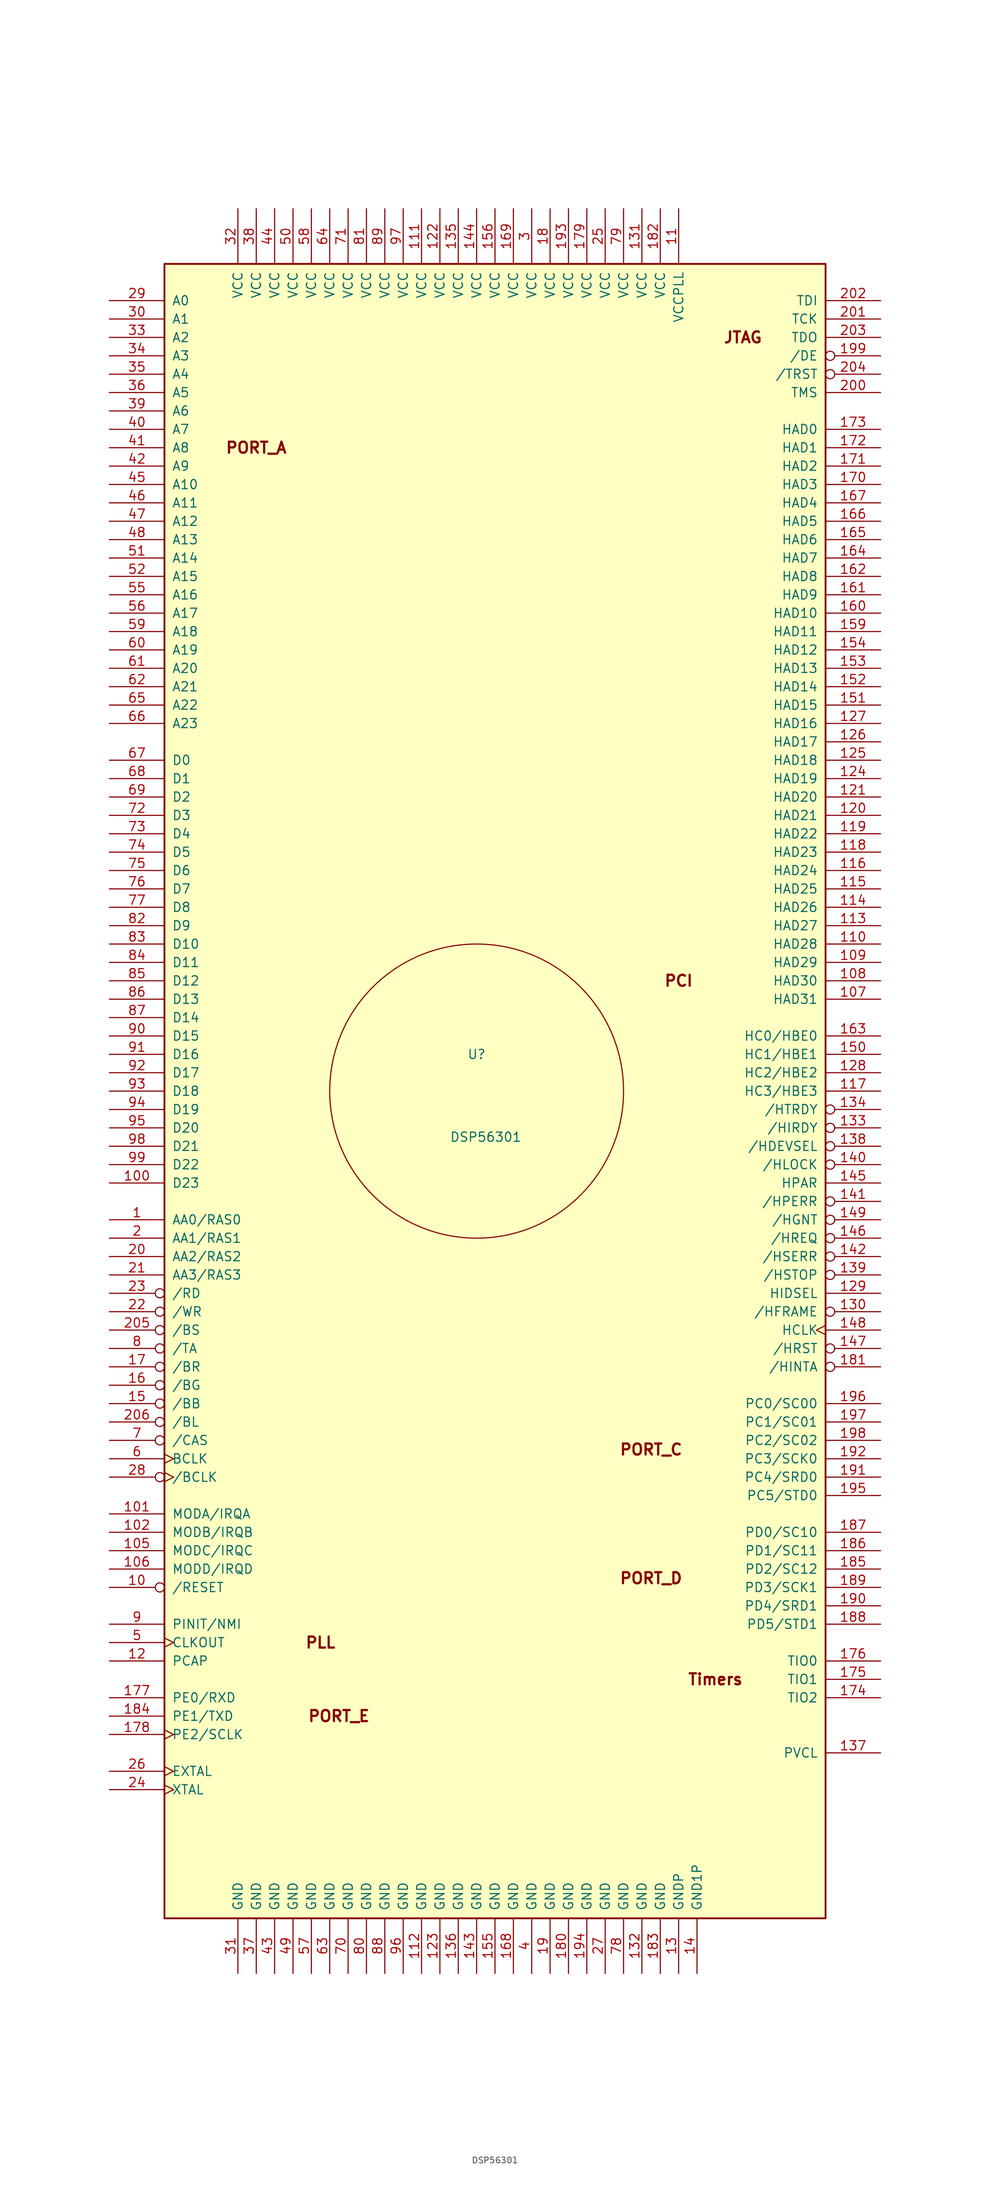
<source format=kicad_sym>
(kicad_symbol_lib
  (version 20231120)
  (generator "kicad_symbol_editor")
  (generator_version "8.0")
  (symbol "DSP56301"
    (pin_names
      (offset 1.016))
    (property "Reference" "U"
      (at 0 2.54 0)
      (effects (font (size 1.27 1.27))))
    (property "Value" "DSP56301"
      (at 1.27 -8.89 0)
      (effects (font (size 1.27 1.27))))
    (symbol "DSP56301_0_1"
      (rectangle (start -43.18 111.76) (end 48.26 -116.84) (stroke (width 0.254) (type default)) (fill (type background)))
      (circle (center 0 -2.54) (radius 20.32) (stroke (width 0) (type default)) (fill (type none)))
      (text "JTAG" (at 36.83 101.6 0) (effects (font (size 1.524 1.524) (bold yes))))
      (text "PCI" (at 27.94 12.7 0) (effects (font (size 1.524 1.524) (bold yes))))
      (text "PLL" (at -21.59 -78.74 0) (effects (font (size 1.524 1.524) (bold yes))))
      (text "PORT_A" (at -30.48 86.36 0) (effects (font (size 1.524 1.524) (bold yes))))
      (text "PORT_C" (at 24.13 -52.07 0) (effects (font (size 1.524 1.524) (bold yes))))
      (text "PORT_D" (at 24.13 -69.85 0) (effects (font (size 1.524 1.524) (bold yes))))
      (text "PORT_E" (at -19.05 -88.9 0) (effects (font (size 1.524 1.524) (bold yes))))
      (text "Timers" (at 33.02 -83.82 0) (effects (font (size 1.524 1.524) (bold yes)))))
    (symbol "DSP56301_1_1"
      (pin output line (at -50.8 -20.32 0) (length 7.62) (name "AA0/RAS0" (effects (font (size 1.27 1.27)))) (number "1" (effects (font (size 1.27 1.27)))))
      (pin input inverted (at -50.8 -71.12 0) (length 7.62) (name "/RESET" (effects (font (size 1.27 1.27)))) (number "10" (effects (font (size 1.27 1.27)))))
      (pin bidirectional line (at -50.8 -15.24 0) (length 7.62) (name "D23" (effects (font (size 1.27 1.27)))) (number "100" (effects (font (size 1.27 1.27)))))
      (pin input line (at -50.8 -60.96 0) (length 7.62) (name "MODA/IRQA" (effects (font (size 1.27 1.27)))) (number "101" (effects (font (size 1.27 1.27)))))
      (pin input line (at -50.8 -63.5 0) (length 7.62) (name "MODB/IRQB" (effects (font (size 1.27 1.27)))) (number "102" (effects (font (size 1.27 1.27)))))
      (pin input line (at -50.8 -66.04 0) (length 7.62) (name "MODC/IRQC" (effects (font (size 1.27 1.27)))) (number "105" (effects (font (size 1.27 1.27)))))
      (pin input line (at -50.8 -68.58 0) (length 7.62) (name "MODD/IRQD" (effects (font (size 1.27 1.27)))) (number "106" (effects (font (size 1.27 1.27)))))
      (pin bidirectional line (at 55.88 10.16 180) (length 7.62) (name "HAD31" (effects (font (size 1.27 1.27)))) (number "107" (effects (font (size 1.27 1.27)))))
      (pin bidirectional line (at 55.88 12.7 180) (length 7.62) (name "HAD30" (effects (font (size 1.27 1.27)))) (number "108" (effects (font (size 1.27 1.27)))))
      (pin bidirectional line (at 55.88 15.24 180) (length 7.62) (name "HAD29" (effects (font (size 1.27 1.27)))) (number "109" (effects (font (size 1.27 1.27)))))
      (pin power_in line (at 27.94 119.38 270) (length 7.62) (name "VCCPLL" (effects (font (size 1.27 1.27)))) (number "11" (effects (font (size 1.27 1.27)))))
      (pin bidirectional line (at 55.88 17.78 180) (length 7.62) (name "HAD28" (effects (font (size 1.27 1.27)))) (number "110" (effects (font (size 1.27 1.27)))))
      (pin power_in line (at -7.62 119.38 270) (length 7.62) (name "VCC" (effects (font (size 1.27 1.27)))) (number "111" (effects (font (size 1.27 1.27)))))
      (pin power_in line (at -7.62 -124.46 90) (length 7.62) (name "GND" (effects (font (size 1.27 1.27)))) (number "112" (effects (font (size 1.27 1.27)))))
      (pin bidirectional line (at 55.88 20.32 180) (length 7.62) (name "HAD27" (effects (font (size 1.27 1.27)))) (number "113" (effects (font (size 1.27 1.27)))))
      (pin bidirectional line (at 55.88 22.86 180) (length 7.62) (name "HAD26" (effects (font (size 1.27 1.27)))) (number "114" (effects (font (size 1.27 1.27)))))
      (pin bidirectional line (at 55.88 25.4 180) (length 7.62) (name "HAD25" (effects (font (size 1.27 1.27)))) (number "115" (effects (font (size 1.27 1.27)))))
      (pin bidirectional line (at 55.88 27.94 180) (length 7.62) (name "HAD24" (effects (font (size 1.27 1.27)))) (number "116" (effects (font (size 1.27 1.27)))))
      (pin bidirectional line (at 55.88 -2.54 180) (length 7.62) (name "HC3/HBE3" (effects (font (size 1.27 1.27)))) (number "117" (effects (font (size 1.27 1.27)))))
      (pin bidirectional line (at 55.88 30.48 180) (length 7.62) (name "HAD23" (effects (font (size 1.27 1.27)))) (number "118" (effects (font (size 1.27 1.27)))))
      (pin bidirectional line (at 55.88 33.02 180) (length 7.62) (name "HAD22" (effects (font (size 1.27 1.27)))) (number "119" (effects (font (size 1.27 1.27)))))
      (pin input line (at -50.8 -81.28 0) (length 7.62) (name "PCAP" (effects (font (size 1.27 1.27)))) (number "12" (effects (font (size 1.27 1.27)))))
      (pin bidirectional line (at 55.88 35.56 180) (length 7.62) (name "HAD21" (effects (font (size 1.27 1.27)))) (number "120" (effects (font (size 1.27 1.27)))))
      (pin bidirectional line (at 55.88 38.1 180) (length 7.62) (name "HAD20" (effects (font (size 1.27 1.27)))) (number "121" (effects (font (size 1.27 1.27)))))
      (pin power_in line (at -5.08 119.38 270) (length 7.62) (name "VCC" (effects (font (size 1.27 1.27)))) (number "122" (effects (font (size 1.27 1.27)))))
      (pin power_in line (at -5.08 -124.46 90) (length 7.62) (name "GND" (effects (font (size 1.27 1.27)))) (number "123" (effects (font (size 1.27 1.27)))))
      (pin bidirectional line (at 55.88 40.64 180) (length 7.62) (name "HAD19" (effects (font (size 1.27 1.27)))) (number "124" (effects (font (size 1.27 1.27)))))
      (pin bidirectional line (at 55.88 43.18 180) (length 7.62) (name "HAD18" (effects (font (size 1.27 1.27)))) (number "125" (effects (font (size 1.27 1.27)))))
      (pin bidirectional line (at 55.88 45.72 180) (length 7.62) (name "HAD17" (effects (font (size 1.27 1.27)))) (number "126" (effects (font (size 1.27 1.27)))))
      (pin bidirectional line (at 55.88 48.26 180) (length 7.62) (name "HAD16" (effects (font (size 1.27 1.27)))) (number "127" (effects (font (size 1.27 1.27)))))
      (pin bidirectional line (at 55.88 0 180) (length 7.62) (name "HC2/HBE2" (effects (font (size 1.27 1.27)))) (number "128" (effects (font (size 1.27 1.27)))))
      (pin input line (at 55.88 -30.48 180) (length 7.62) (name "HIDSEL" (effects (font (size 1.27 1.27)))) (number "129" (effects (font (size 1.27 1.27)))))
      (pin power_in line (at 27.94 -124.46 90) (length 7.62) (name "GNDP" (effects (font (size 1.27 1.27)))) (number "13" (effects (font (size 1.27 1.27)))))
      (pin bidirectional inverted (at 55.88 -33.02 180) (length 7.62) (name "/HFRAME" (effects (font (size 1.27 1.27)))) (number "130" (effects (font (size 1.27 1.27)))))
      (pin power_in line (at 22.86 119.38 270) (length 7.62) (name "VCC" (effects (font (size 1.27 1.27)))) (number "131" (effects (font (size 1.27 1.27)))))
      (pin power_in line (at 22.86 -124.46 90) (length 7.62) (name "GND" (effects (font (size 1.27 1.27)))) (number "132" (effects (font (size 1.27 1.27)))))
      (pin bidirectional inverted (at 55.88 -7.62 180) (length 7.62) (name "/HIRDY" (effects (font (size 1.27 1.27)))) (number "133" (effects (font (size 1.27 1.27)))))
      (pin bidirectional inverted (at 55.88 -5.08 180) (length 7.62) (name "/HTRDY" (effects (font (size 1.27 1.27)))) (number "134" (effects (font (size 1.27 1.27)))))
      (pin power_in line (at -2.54 119.38 270) (length 7.62) (name "VCC" (effects (font (size 1.27 1.27)))) (number "135" (effects (font (size 1.27 1.27)))))
      (pin power_in line (at -2.54 -124.46 90) (length 7.62) (name "GND" (effects (font (size 1.27 1.27)))) (number "136" (effects (font (size 1.27 1.27)))))
      (pin input line (at 55.88 -93.98 180) (length 7.62) (name "PVCL" (effects (font (size 1.27 1.27)))) (number "137" (effects (font (size 1.27 1.27)))))
      (pin bidirectional inverted (at 55.88 -10.16 180) (length 7.62) (name "/HDEVSEL" (effects (font (size 1.27 1.27)))) (number "138" (effects (font (size 1.27 1.27)))))
      (pin bidirectional inverted (at 55.88 -27.94 180) (length 7.62) (name "/HSTOP" (effects (font (size 1.27 1.27)))) (number "139" (effects (font (size 1.27 1.27)))))
      (pin power_in line (at 30.48 -124.46 90) (length 7.62) (name "GND1P" (effects (font (size 1.27 1.27)))) (number "14" (effects (font (size 1.27 1.27)))))
      (pin bidirectional inverted (at 55.88 -12.7 180) (length 7.62) (name "/HLOCK" (effects (font (size 1.27 1.27)))) (number "140" (effects (font (size 1.27 1.27)))))
      (pin bidirectional inverted (at 55.88 -17.78 180) (length 7.62) (name "/HPERR" (effects (font (size 1.27 1.27)))) (number "141" (effects (font (size 1.27 1.27)))))
      (pin output inverted (at 55.88 -25.4 180) (length 7.62) (name "/HSERR" (effects (font (size 1.27 1.27)))) (number "142" (effects (font (size 1.27 1.27)))))
      (pin power_in line (at 0 -124.46 90) (length 7.62) (name "GND" (effects (font (size 1.27 1.27)))) (number "143" (effects (font (size 1.27 1.27)))))
      (pin power_in line (at 0 119.38 270) (length 7.62) (name "VCC" (effects (font (size 1.27 1.27)))) (number "144" (effects (font (size 1.27 1.27)))))
      (pin bidirectional line (at 55.88 -15.24 180) (length 7.62) (name "HPAR" (effects (font (size 1.27 1.27)))) (number "145" (effects (font (size 1.27 1.27)))))
      (pin output inverted (at 55.88 -22.86 180) (length 7.62) (name "/HREQ" (effects (font (size 1.27 1.27)))) (number "146" (effects (font (size 1.27 1.27)))))
      (pin input inverted (at 55.88 -38.1 180) (length 7.62) (name "/HRST" (effects (font (size 1.27 1.27)))) (number "147" (effects (font (size 1.27 1.27)))))
      (pin input clock (at 55.88 -35.56 180) (length 7.62) (name "HCLK" (effects (font (size 1.27 1.27)))) (number "148" (effects (font (size 1.27 1.27)))))
      (pin input inverted (at 55.88 -20.32 180) (length 7.62) (name "/HGNT" (effects (font (size 1.27 1.27)))) (number "149" (effects (font (size 1.27 1.27)))))
      (pin bidirectional inverted (at -50.8 -45.72 0) (length 7.62) (name "/BB" (effects (font (size 1.27 1.27)))) (number "15" (effects (font (size 1.27 1.27)))))
      (pin bidirectional line (at 55.88 2.54 180) (length 7.62) (name "HC1/HBE1" (effects (font (size 1.27 1.27)))) (number "150" (effects (font (size 1.27 1.27)))))
      (pin bidirectional line (at 55.88 50.8 180) (length 7.62) (name "HAD15" (effects (font (size 1.27 1.27)))) (number "151" (effects (font (size 1.27 1.27)))))
      (pin bidirectional line (at 55.88 53.34 180) (length 7.62) (name "HAD14" (effects (font (size 1.27 1.27)))) (number "152" (effects (font (size 1.27 1.27)))))
      (pin bidirectional line (at 55.88 55.88 180) (length 7.62) (name "HAD13" (effects (font (size 1.27 1.27)))) (number "153" (effects (font (size 1.27 1.27)))))
      (pin bidirectional line (at 55.88 58.42 180) (length 7.62) (name "HAD12" (effects (font (size 1.27 1.27)))) (number "154" (effects (font (size 1.27 1.27)))))
      (pin power_in line (at 2.54 -124.46 90) (length 7.62) (name "GND" (effects (font (size 1.27 1.27)))) (number "155" (effects (font (size 1.27 1.27)))))
      (pin power_in line (at 2.54 119.38 270) (length 7.62) (name "VCC" (effects (font (size 1.27 1.27)))) (number "156" (effects (font (size 1.27 1.27)))))
      (pin bidirectional line (at 55.88 60.96 180) (length 7.62) (name "HAD11" (effects (font (size 1.27 1.27)))) (number "159" (effects (font (size 1.27 1.27)))))
      (pin input inverted (at -50.8 -43.18 0) (length 7.62) (name "/BG" (effects (font (size 1.27 1.27)))) (number "16" (effects (font (size 1.27 1.27)))))
      (pin bidirectional line (at 55.88 63.5 180) (length 7.62) (name "HAD10" (effects (font (size 1.27 1.27)))) (number "160" (effects (font (size 1.27 1.27)))))
      (pin bidirectional line (at 55.88 66.04 180) (length 7.62) (name "HAD9" (effects (font (size 1.27 1.27)))) (number "161" (effects (font (size 1.27 1.27)))))
      (pin bidirectional line (at 55.88 68.58 180) (length 7.62) (name "HAD8" (effects (font (size 1.27 1.27)))) (number "162" (effects (font (size 1.27 1.27)))))
      (pin bidirectional line (at 55.88 5.08 180) (length 7.62) (name "HC0/HBE0" (effects (font (size 1.27 1.27)))) (number "163" (effects (font (size 1.27 1.27)))))
      (pin bidirectional line (at 55.88 71.12 180) (length 7.62) (name "HAD7" (effects (font (size 1.27 1.27)))) (number "164" (effects (font (size 1.27 1.27)))))
      (pin bidirectional line (at 55.88 73.66 180) (length 7.62) (name "HAD6" (effects (font (size 1.27 1.27)))) (number "165" (effects (font (size 1.27 1.27)))))
      (pin bidirectional line (at 55.88 76.2 180) (length 7.62) (name "HAD5" (effects (font (size 1.27 1.27)))) (number "166" (effects (font (size 1.27 1.27)))))
      (pin bidirectional line (at 55.88 78.74 180) (length 7.62) (name "HAD4" (effects (font (size 1.27 1.27)))) (number "167" (effects (font (size 1.27 1.27)))))
      (pin power_in line (at 5.08 -124.46 90) (length 7.62) (name "GND" (effects (font (size 1.27 1.27)))) (number "168" (effects (font (size 1.27 1.27)))))
      (pin power_in line (at 5.08 119.38 270) (length 7.62) (name "VCC" (effects (font (size 1.27 1.27)))) (number "169" (effects (font (size 1.27 1.27)))))
      (pin output inverted (at -50.8 -40.64 0) (length 7.62) (name "/BR" (effects (font (size 1.27 1.27)))) (number "17" (effects (font (size 1.27 1.27)))))
      (pin bidirectional line (at 55.88 81.28 180) (length 7.62) (name "HAD3" (effects (font (size 1.27 1.27)))) (number "170" (effects (font (size 1.27 1.27)))))
      (pin bidirectional line (at 55.88 83.82 180) (length 7.62) (name "HAD2" (effects (font (size 1.27 1.27)))) (number "171" (effects (font (size 1.27 1.27)))))
      (pin bidirectional line (at 55.88 86.36 180) (length 7.62) (name "HAD1" (effects (font (size 1.27 1.27)))) (number "172" (effects (font (size 1.27 1.27)))))
      (pin bidirectional line (at 55.88 88.9 180) (length 7.62) (name "HAD0" (effects (font (size 1.27 1.27)))) (number "173" (effects (font (size 1.27 1.27)))))
      (pin bidirectional line (at 55.88 -86.36 180) (length 7.62) (name "TIO2" (effects (font (size 1.27 1.27)))) (number "174" (effects (font (size 1.27 1.27)))))
      (pin bidirectional line (at 55.88 -83.82 180) (length 7.62) (name "TIO1" (effects (font (size 1.27 1.27)))) (number "175" (effects (font (size 1.27 1.27)))))
      (pin bidirectional line (at 55.88 -81.28 180) (length 7.62) (name "TIO0" (effects (font (size 1.27 1.27)))) (number "176" (effects (font (size 1.27 1.27)))))
      (pin bidirectional line (at -50.8 -86.36 0) (length 7.62) (name "PE0/RXD" (effects (font (size 1.27 1.27)))) (number "177" (effects (font (size 1.27 1.27)))))
      (pin bidirectional clock (at -50.8 -91.44 0) (length 7.62) (name "PE2/SCLK" (effects (font (size 1.27 1.27)))) (number "178" (effects (font (size 1.27 1.27)))))
      (pin power_in line (at 15.24 119.38 270) (length 7.62) (name "VCC" (effects (font (size 1.27 1.27)))) (number "179" (effects (font (size 1.27 1.27)))))
      (pin power_in line (at 10.16 119.38 270) (length 7.62) (name "VCC" (effects (font (size 1.27 1.27)))) (number "18" (effects (font (size 1.27 1.27)))))
      (pin power_in line (at 12.7 -124.46 90) (length 7.62) (name "GND" (effects (font (size 1.27 1.27)))) (number "180" (effects (font (size 1.27 1.27)))))
      (pin output inverted (at 55.88 -40.64 180) (length 7.62) (name "/HINTA" (effects (font (size 1.27 1.27)))) (number "181" (effects (font (size 1.27 1.27)))))
      (pin power_in line (at 25.4 119.38 270) (length 7.62) (name "VCC" (effects (font (size 1.27 1.27)))) (number "182" (effects (font (size 1.27 1.27)))))
      (pin power_in line (at 25.4 -124.46 90) (length 7.62) (name "GND" (effects (font (size 1.27 1.27)))) (number "183" (effects (font (size 1.27 1.27)))))
      (pin bidirectional line (at -50.8 -88.9 0) (length 7.62) (name "PE1/TXD" (effects (font (size 1.27 1.27)))) (number "184" (effects (font (size 1.27 1.27)))))
      (pin bidirectional line (at 55.88 -68.58 180) (length 7.62) (name "PD2/SC12" (effects (font (size 1.27 1.27)))) (number "185" (effects (font (size 1.27 1.27)))))
      (pin bidirectional line (at 55.88 -66.04 180) (length 7.62) (name "PD1/SC11" (effects (font (size 1.27 1.27)))) (number "186" (effects (font (size 1.27 1.27)))))
      (pin bidirectional line (at 55.88 -63.5 180) (length 7.62) (name "PD0/SC10" (effects (font (size 1.27 1.27)))) (number "187" (effects (font (size 1.27 1.27)))))
      (pin bidirectional line (at 55.88 -76.2 180) (length 7.62) (name "PD5/STD1" (effects (font (size 1.27 1.27)))) (number "188" (effects (font (size 1.27 1.27)))))
      (pin bidirectional line (at 55.88 -71.12 180) (length 7.62) (name "PD3/SCK1" (effects (font (size 1.27 1.27)))) (number "189" (effects (font (size 1.27 1.27)))))
      (pin power_in line (at 10.16 -124.46 90) (length 7.62) (name "GND" (effects (font (size 1.27 1.27)))) (number "19" (effects (font (size 1.27 1.27)))))
      (pin bidirectional line (at 55.88 -73.66 180) (length 7.62) (name "PD4/SRD1" (effects (font (size 1.27 1.27)))) (number "190" (effects (font (size 1.27 1.27)))))
      (pin bidirectional line (at 55.88 -55.88 180) (length 7.62) (name "PC4/SRD0" (effects (font (size 1.27 1.27)))) (number "191" (effects (font (size 1.27 1.27)))))
      (pin bidirectional line (at 55.88 -53.34 180) (length 7.62) (name "PC3/SCK0" (effects (font (size 1.27 1.27)))) (number "192" (effects (font (size 1.27 1.27)))))
      (pin power_in line (at 12.7 119.38 270) (length 7.62) (name "VCC" (effects (font (size 1.27 1.27)))) (number "193" (effects (font (size 1.27 1.27)))))
      (pin power_in line (at 15.24 -124.46 90) (length 7.62) (name "GND" (effects (font (size 1.27 1.27)))) (number "194" (effects (font (size 1.27 1.27)))))
      (pin bidirectional line (at 55.88 -58.42 180) (length 7.62) (name "PC5/STD0" (effects (font (size 1.27 1.27)))) (number "195" (effects (font (size 1.27 1.27)))))
      (pin bidirectional line (at 55.88 -45.72 180) (length 7.62) (name "PC0/SC00" (effects (font (size 1.27 1.27)))) (number "196" (effects (font (size 1.27 1.27)))))
      (pin bidirectional line (at 55.88 -48.26 180) (length 7.62) (name "PC1/SC01" (effects (font (size 1.27 1.27)))) (number "197" (effects (font (size 1.27 1.27)))))
      (pin bidirectional line (at 55.88 -50.8 180) (length 7.62) (name "PC2/SC02" (effects (font (size 1.27 1.27)))) (number "198" (effects (font (size 1.27 1.27)))))
      (pin output inverted (at 55.88 99.06 180) (length 7.62) (name "/DE" (effects (font (size 1.27 1.27)))) (number "199" (effects (font (size 1.27 1.27)))))
      (pin output line (at -50.8 -22.86 0) (length 7.62) (name "AA1/RAS1" (effects (font (size 1.27 1.27)))) (number "2" (effects (font (size 1.27 1.27)))))
      (pin output line (at -50.8 -25.4 0) (length 7.62) (name "AA2/RAS2" (effects (font (size 1.27 1.27)))) (number "20" (effects (font (size 1.27 1.27)))))
      (pin input line (at 55.88 93.98 180) (length 7.62) (name "TMS" (effects (font (size 1.27 1.27)))) (number "200" (effects (font (size 1.27 1.27)))))
      (pin input line (at 55.88 104.14 180) (length 7.62) (name "TCK" (effects (font (size 1.27 1.27)))) (number "201" (effects (font (size 1.27 1.27)))))
      (pin input line (at 55.88 106.68 180) (length 7.62) (name "TDI" (effects (font (size 1.27 1.27)))) (number "202" (effects (font (size 1.27 1.27)))))
      (pin output line (at 55.88 101.6 180) (length 7.62) (name "TDO" (effects (font (size 1.27 1.27)))) (number "203" (effects (font (size 1.27 1.27)))))
      (pin input inverted (at 55.88 96.52 180) (length 7.62) (name "/TRST" (effects (font (size 1.27 1.27)))) (number "204" (effects (font (size 1.27 1.27)))))
      (pin output inverted (at -50.8 -35.56 0) (length 7.62) (name "/BS" (effects (font (size 1.27 1.27)))) (number "205" (effects (font (size 1.27 1.27)))))
      (pin output inverted (at -50.8 -48.26 0) (length 7.62) (name "/BL" (effects (font (size 1.27 1.27)))) (number "206" (effects (font (size 1.27 1.27)))))
      (pin output line (at -50.8 -27.94 0) (length 7.62) (name "AA3/RAS3" (effects (font (size 1.27 1.27)))) (number "21" (effects (font (size 1.27 1.27)))))
      (pin output inverted (at -50.8 -33.02 0) (length 7.62) (name "/WR" (effects (font (size 1.27 1.27)))) (number "22" (effects (font (size 1.27 1.27)))))
      (pin output inverted (at -50.8 -30.48 0) (length 7.62) (name "/RD" (effects (font (size 1.27 1.27)))) (number "23" (effects (font (size 1.27 1.27)))))
      (pin output clock (at -50.8 -99.06 0) (length 7.62) (name "XTAL" (effects (font (size 1.27 1.27)))) (number "24" (effects (font (size 1.27 1.27)))))
      (pin power_in line (at 17.78 119.38 270) (length 7.62) (name "VCC" (effects (font (size 1.27 1.27)))) (number "25" (effects (font (size 1.27 1.27)))))
      (pin input clock (at -50.8 -96.52 0) (length 7.62) (name "EXTAL" (effects (font (size 1.27 1.27)))) (number "26" (effects (font (size 1.27 1.27)))))
      (pin power_in line (at 17.78 -124.46 90) (length 7.62) (name "GND" (effects (font (size 1.27 1.27)))) (number "27" (effects (font (size 1.27 1.27)))))
      (pin output inverted_clock (at -50.8 -55.88 0) (length 7.62) (name "/BCLK" (effects (font (size 1.27 1.27)))) (number "28" (effects (font (size 1.27 1.27)))))
      (pin output line (at -50.8 106.68 0) (length 7.62) (name "A0" (effects (font (size 1.27 1.27)))) (number "29" (effects (font (size 1.27 1.27)))))
      (pin power_in line (at 7.62 119.38 270) (length 7.62) (name "VCC" (effects (font (size 1.27 1.27)))) (number "3" (effects (font (size 1.27 1.27)))))
      (pin output line (at -50.8 104.14 0) (length 7.62) (name "A1" (effects (font (size 1.27 1.27)))) (number "30" (effects (font (size 1.27 1.27)))))
      (pin power_in line (at -33.02 -124.46 90) (length 7.62) (name "GND" (effects (font (size 1.27 1.27)))) (number "31" (effects (font (size 1.27 1.27)))))
      (pin power_in line (at -33.02 119.38 270) (length 7.62) (name "VCC" (effects (font (size 1.27 1.27)))) (number "32" (effects (font (size 1.27 1.27)))))
      (pin output line (at -50.8 101.6 0) (length 7.62) (name "A2" (effects (font (size 1.27 1.27)))) (number "33" (effects (font (size 1.27 1.27)))))
      (pin output line (at -50.8 99.06 0) (length 7.62) (name "A3" (effects (font (size 1.27 1.27)))) (number "34" (effects (font (size 1.27 1.27)))))
      (pin output line (at -50.8 96.52 0) (length 7.62) (name "A4" (effects (font (size 1.27 1.27)))) (number "35" (effects (font (size 1.27 1.27)))))
      (pin output line (at -50.8 93.98 0) (length 7.62) (name "A5" (effects (font (size 1.27 1.27)))) (number "36" (effects (font (size 1.27 1.27)))))
      (pin power_in line (at -30.48 -124.46 90) (length 7.62) (name "GND" (effects (font (size 1.27 1.27)))) (number "37" (effects (font (size 1.27 1.27)))))
      (pin power_in line (at -30.48 119.38 270) (length 7.62) (name "VCC" (effects (font (size 1.27 1.27)))) (number "38" (effects (font (size 1.27 1.27)))))
      (pin output line (at -50.8 91.44 0) (length 7.62) (name "A6" (effects (font (size 1.27 1.27)))) (number "39" (effects (font (size 1.27 1.27)))))
      (pin power_in line (at 7.62 -124.46 90) (length 7.62) (name "GND" (effects (font (size 1.27 1.27)))) (number "4" (effects (font (size 1.27 1.27)))))
      (pin output line (at -50.8 88.9 0) (length 7.62) (name "A7" (effects (font (size 1.27 1.27)))) (number "40" (effects (font (size 1.27 1.27)))))
      (pin output line (at -50.8 86.36 0) (length 7.62) (name "A8" (effects (font (size 1.27 1.27)))) (number "41" (effects (font (size 1.27 1.27)))))
      (pin output line (at -50.8 83.82 0) (length 7.62) (name "A9" (effects (font (size 1.27 1.27)))) (number "42" (effects (font (size 1.27 1.27)))))
      (pin power_in line (at -27.94 -124.46 90) (length 7.62) (name "GND" (effects (font (size 1.27 1.27)))) (number "43" (effects (font (size 1.27 1.27)))))
      (pin power_in line (at -27.94 119.38 270) (length 7.62) (name "VCC" (effects (font (size 1.27 1.27)))) (number "44" (effects (font (size 1.27 1.27)))))
      (pin output line (at -50.8 81.28 0) (length 7.62) (name "A10" (effects (font (size 1.27 1.27)))) (number "45" (effects (font (size 1.27 1.27)))))
      (pin output line (at -50.8 78.74 0) (length 7.62) (name "A11" (effects (font (size 1.27 1.27)))) (number "46" (effects (font (size 1.27 1.27)))))
      (pin output line (at -50.8 76.2 0) (length 7.62) (name "A12" (effects (font (size 1.27 1.27)))) (number "47" (effects (font (size 1.27 1.27)))))
      (pin output line (at -50.8 73.66 0) (length 7.62) (name "A13" (effects (font (size 1.27 1.27)))) (number "48" (effects (font (size 1.27 1.27)))))
      (pin power_in line (at -25.4 -124.46 90) (length 7.62) (name "GND" (effects (font (size 1.27 1.27)))) (number "49" (effects (font (size 1.27 1.27)))))
      (pin output clock (at -50.8 -78.74 0) (length 7.62) (name "CLKOUT" (effects (font (size 1.27 1.27)))) (number "5" (effects (font (size 1.27 1.27)))))
      (pin power_in line (at -25.4 119.38 270) (length 7.62) (name "VCC" (effects (font (size 1.27 1.27)))) (number "50" (effects (font (size 1.27 1.27)))))
      (pin output line (at -50.8 71.12 0) (length 7.62) (name "A14" (effects (font (size 1.27 1.27)))) (number "51" (effects (font (size 1.27 1.27)))))
      (pin output line (at -50.8 68.58 0) (length 7.62) (name "A15" (effects (font (size 1.27 1.27)))) (number "52" (effects (font (size 1.27 1.27)))))
      (pin output line (at -50.8 66.04 0) (length 7.62) (name "A16" (effects (font (size 1.27 1.27)))) (number "55" (effects (font (size 1.27 1.27)))))
      (pin output line (at -50.8 63.5 0) (length 7.62) (name "A17" (effects (font (size 1.27 1.27)))) (number "56" (effects (font (size 1.27 1.27)))))
      (pin power_in line (at -22.86 -124.46 90) (length 7.62) (name "GND" (effects (font (size 1.27 1.27)))) (number "57" (effects (font (size 1.27 1.27)))))
      (pin power_in line (at -22.86 119.38 270) (length 7.62) (name "VCC" (effects (font (size 1.27 1.27)))) (number "58" (effects (font (size 1.27 1.27)))))
      (pin output line (at -50.8 60.96 0) (length 7.62) (name "A18" (effects (font (size 1.27 1.27)))) (number "59" (effects (font (size 1.27 1.27)))))
      (pin output clock (at -50.8 -53.34 0) (length 7.62) (name "BCLK" (effects (font (size 1.27 1.27)))) (number "6" (effects (font (size 1.27 1.27)))))
      (pin output line (at -50.8 58.42 0) (length 7.62) (name "A19" (effects (font (size 1.27 1.27)))) (number "60" (effects (font (size 1.27 1.27)))))
      (pin output line (at -50.8 55.88 0) (length 7.62) (name "A20" (effects (font (size 1.27 1.27)))) (number "61" (effects (font (size 1.27 1.27)))))
      (pin output line (at -50.8 53.34 0) (length 7.62) (name "A21" (effects (font (size 1.27 1.27)))) (number "62" (effects (font (size 1.27 1.27)))))
      (pin power_in line (at -20.32 -124.46 90) (length 7.62) (name "GND" (effects (font (size 1.27 1.27)))) (number "63" (effects (font (size 1.27 1.27)))))
      (pin power_in line (at -20.32 119.38 270) (length 7.62) (name "VCC" (effects (font (size 1.27 1.27)))) (number "64" (effects (font (size 1.27 1.27)))))
      (pin output line (at -50.8 50.8 0) (length 7.62) (name "A22" (effects (font (size 1.27 1.27)))) (number "65" (effects (font (size 1.27 1.27)))))
      (pin output line (at -50.8 48.26 0) (length 7.62) (name "A23" (effects (font (size 1.27 1.27)))) (number "66" (effects (font (size 1.27 1.27)))))
      (pin bidirectional line (at -50.8 43.18 0) (length 7.62) (name "D0" (effects (font (size 1.27 1.27)))) (number "67" (effects (font (size 1.27 1.27)))))
      (pin bidirectional line (at -50.8 40.64 0) (length 7.62) (name "D1" (effects (font (size 1.27 1.27)))) (number "68" (effects (font (size 1.27 1.27)))))
      (pin bidirectional line (at -50.8 38.1 0) (length 7.62) (name "D2" (effects (font (size 1.27 1.27)))) (number "69" (effects (font (size 1.27 1.27)))))
      (pin output inverted (at -50.8 -50.8 0) (length 7.62) (name "/CAS" (effects (font (size 1.27 1.27)))) (number "7" (effects (font (size 1.27 1.27)))))
      (pin power_in line (at -17.78 -124.46 90) (length 7.62) (name "GND" (effects (font (size 1.27 1.27)))) (number "70" (effects (font (size 1.27 1.27)))))
      (pin power_in line (at -17.78 119.38 270) (length 7.62) (name "VCC" (effects (font (size 1.27 1.27)))) (number "71" (effects (font (size 1.27 1.27)))))
      (pin bidirectional line (at -50.8 35.56 0) (length 7.62) (name "D3" (effects (font (size 1.27 1.27)))) (number "72" (effects (font (size 1.27 1.27)))))
      (pin bidirectional line (at -50.8 33.02 0) (length 7.62) (name "D4" (effects (font (size 1.27 1.27)))) (number "73" (effects (font (size 1.27 1.27)))))
      (pin bidirectional line (at -50.8 30.48 0) (length 7.62) (name "D5" (effects (font (size 1.27 1.27)))) (number "74" (effects (font (size 1.27 1.27)))))
      (pin bidirectional line (at -50.8 27.94 0) (length 7.62) (name "D6" (effects (font (size 1.27 1.27)))) (number "75" (effects (font (size 1.27 1.27)))))
      (pin bidirectional line (at -50.8 25.4 0) (length 7.62) (name "D7" (effects (font (size 1.27 1.27)))) (number "76" (effects (font (size 1.27 1.27)))))
      (pin bidirectional line (at -50.8 22.86 0) (length 7.62) (name "D8" (effects (font (size 1.27 1.27)))) (number "77" (effects (font (size 1.27 1.27)))))
      (pin power_in line (at 20.32 -124.46 90) (length 7.62) (name "GND" (effects (font (size 1.27 1.27)))) (number "78" (effects (font (size 1.27 1.27)))))
      (pin power_in line (at 20.32 119.38 270) (length 7.62) (name "VCC" (effects (font (size 1.27 1.27)))) (number "79" (effects (font (size 1.27 1.27)))))
      (pin input inverted (at -50.8 -38.1 0) (length 7.62) (name "/TA" (effects (font (size 1.27 1.27)))) (number "8" (effects (font (size 1.27 1.27)))))
      (pin power_in line (at -15.24 -124.46 90) (length 7.62) (name "GND" (effects (font (size 1.27 1.27)))) (number "80" (effects (font (size 1.27 1.27)))))
      (pin power_in line (at -15.24 119.38 270) (length 7.62) (name "VCC" (effects (font (size 1.27 1.27)))) (number "81" (effects (font (size 1.27 1.27)))))
      (pin bidirectional line (at -50.8 20.32 0) (length 7.62) (name "D9" (effects (font (size 1.27 1.27)))) (number "82" (effects (font (size 1.27 1.27)))))
      (pin bidirectional line (at -50.8 17.78 0) (length 7.62) (name "D10" (effects (font (size 1.27 1.27)))) (number "83" (effects (font (size 1.27 1.27)))))
      (pin bidirectional line (at -50.8 15.24 0) (length 7.62) (name "D11" (effects (font (size 1.27 1.27)))) (number "84" (effects (font (size 1.27 1.27)))))
      (pin bidirectional line (at -50.8 12.7 0) (length 7.62) (name "D12" (effects (font (size 1.27 1.27)))) (number "85" (effects (font (size 1.27 1.27)))))
      (pin bidirectional line (at -50.8 10.16 0) (length 7.62) (name "D13" (effects (font (size 1.27 1.27)))) (number "86" (effects (font (size 1.27 1.27)))))
      (pin bidirectional line (at -50.8 7.62 0) (length 7.62) (name "D14" (effects (font (size 1.27 1.27)))) (number "87" (effects (font (size 1.27 1.27)))))
      (pin power_in line (at -12.7 -124.46 90) (length 7.62) (name "GND" (effects (font (size 1.27 1.27)))) (number "88" (effects (font (size 1.27 1.27)))))
      (pin power_in line (at -12.7 119.38 270) (length 7.62) (name "VCC" (effects (font (size 1.27 1.27)))) (number "89" (effects (font (size 1.27 1.27)))))
      (pin input line (at -50.8 -76.2 0) (length 7.62) (name "PINIT/NMI" (effects (font (size 1.27 1.27)))) (number "9" (effects (font (size 1.27 1.27)))))
      (pin bidirectional line (at -50.8 5.08 0) (length 7.62) (name "D15" (effects (font (size 1.27 1.27)))) (number "90" (effects (font (size 1.27 1.27)))))
      (pin bidirectional line (at -50.8 2.54 0) (length 7.62) (name "D16" (effects (font (size 1.27 1.27)))) (number "91" (effects (font (size 1.27 1.27)))))
      (pin bidirectional line (at -50.8 0 0) (length 7.62) (name "D17" (effects (font (size 1.27 1.27)))) (number "92" (effects (font (size 1.27 1.27)))))
      (pin bidirectional line (at -50.8 -2.54 0) (length 7.62) (name "D18" (effects (font (size 1.27 1.27)))) (number "93" (effects (font (size 1.27 1.27)))))
      (pin bidirectional line (at -50.8 -5.08 0) (length 7.62) (name "D19" (effects (font (size 1.27 1.27)))) (number "94" (effects (font (size 1.27 1.27)))))
      (pin bidirectional line (at -50.8 -7.62 0) (length 7.62) (name "D20" (effects (font (size 1.27 1.27)))) (number "95" (effects (font (size 1.27 1.27)))))
      (pin power_in line (at -10.16 -124.46 90) (length 7.62) (name "GND" (effects (font (size 1.27 1.27)))) (number "96" (effects (font (size 1.27 1.27)))))
      (pin power_in line (at -10.16 119.38 270) (length 7.62) (name "VCC" (effects (font (size 1.27 1.27)))) (number "97" (effects (font (size 1.27 1.27)))))
      (pin bidirectional line (at -50.8 -10.16 0) (length 7.62) (name "D21" (effects (font (size 1.27 1.27)))) (number "98" (effects (font (size 1.27 1.27)))))
      (pin bidirectional line (at -50.8 -12.7 0) (length 7.62) (name "D22" (effects (font (size 1.27 1.27)))) (number "99" (effects (font (size 1.27 1.27))))))))
</source>
